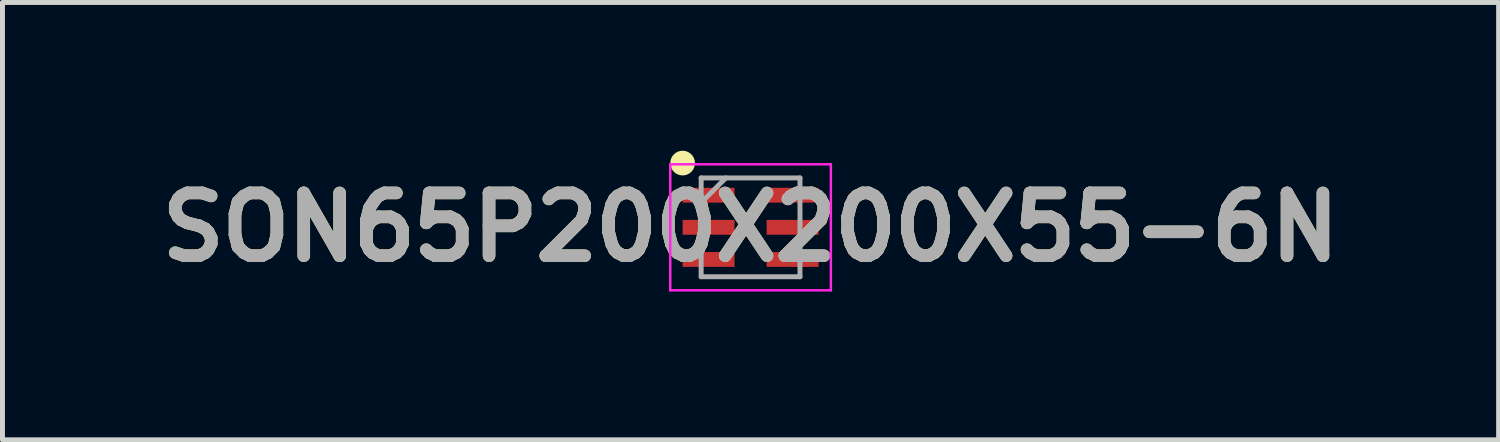
<source format=kicad_pcb>
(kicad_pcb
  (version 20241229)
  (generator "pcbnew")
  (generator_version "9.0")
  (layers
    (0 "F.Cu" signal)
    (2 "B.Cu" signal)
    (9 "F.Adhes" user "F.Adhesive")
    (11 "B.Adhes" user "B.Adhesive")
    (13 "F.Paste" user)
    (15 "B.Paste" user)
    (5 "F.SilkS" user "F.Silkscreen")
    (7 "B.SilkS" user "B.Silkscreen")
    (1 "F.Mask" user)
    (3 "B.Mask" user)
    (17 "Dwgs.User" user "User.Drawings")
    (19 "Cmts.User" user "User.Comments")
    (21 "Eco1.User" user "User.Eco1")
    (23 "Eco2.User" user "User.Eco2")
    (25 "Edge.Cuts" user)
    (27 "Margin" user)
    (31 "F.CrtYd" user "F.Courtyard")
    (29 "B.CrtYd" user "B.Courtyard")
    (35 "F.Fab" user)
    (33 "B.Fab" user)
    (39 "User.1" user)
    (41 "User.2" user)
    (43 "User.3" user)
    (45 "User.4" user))
  (footprint "SON65P200X200X55-6N"
    (layer "F.Cu")
    (at 12.138 1.55)
    (property "Reference" "SON65P200X200X55-6N" (at 0 0 0) (layer "F.SilkS") (effects (font (size 1.27 1.27) (thickness 0.254))))
    (attr smd)
    (fp_circle (center -1.375 -1.3) (end -1.375 -1.175) (stroke (width 0.25) (type solid)) (fill no) (layer "F.SilkS"))
    (fp_line (start -1.625 -1.275) (end 1.625 -1.275) (stroke (width 0.05) (type solid)) (layer "F.CrtYd"))
    (fp_line (start -1.625 1.275) (end -1.625 -1.275) (stroke (width 0.05) (type solid)) (layer "F.CrtYd"))
    (fp_line (start 1.625 -1.275) (end 1.625 1.275) (stroke (width 0.05) (type solid)) (layer "F.CrtYd"))
    (fp_line (start 1.625 1.275) (end -1.625 1.275) (stroke (width 0.05) (type solid)) (layer "F.CrtYd"))
    (fp_line (start -1 -1) (end 1 -1) (stroke (width 0.1) (type solid)) (layer "F.Fab"))
    (fp_line (start -1 -0.5) (end -0.5 -1) (stroke (width 0.1) (type solid)) (layer "F.Fab"))
    (fp_line (start -1 1) (end -1 -1) (stroke (width 0.1) (type solid)) (layer "F.Fab"))
    (fp_line (start 1 -1) (end 1 1) (stroke (width 0.1) (type solid)) (layer "F.Fab"))
    (fp_line (start 1 1) (end -1 1) (stroke (width 0.1) (type solid)) (layer "F.Fab"))
    (fp_text user "${REFERENCE}" (at 0 0 0) (layer "F.Fab") (effects (font (size 1.27 1.27) (thickness 0.254))))
    (pad "1" smd rect (at -0.85 -0.65 90) (size 0.3 1.05) (layers "F.Cu" "F.Mask" "F.Paste"))
    (pad "2" smd rect (at -0.85 0 90) (size 0.3 1.05) (layers "F.Cu" "F.Mask" "F.Paste"))
    (pad "3" smd rect (at -0.85 0.65 90) (size 0.3 1.05) (layers "F.Cu" "F.Mask" "F.Paste"))
    (pad "4" smd rect (at 0.85 0.65 90) (size 0.3 1.05) (layers "F.Cu" "F.Mask" "F.Paste"))
    (pad "5" smd rect (at 0.85 0 90) (size 0.3 1.05) (layers "F.Cu" "F.Mask" "F.Paste"))
    (pad "6" smd rect (at 0.85 -0.65 90) (size 0.3 1.05) (layers "F.Cu" "F.Mask" "F.Paste")))
  (gr_rect
    (start -3 -3)
    (end 27.275 5.85)
    (stroke (width 0.1) (type default))
    (fill no)
    (layer "Edge.Cuts")))
</source>
